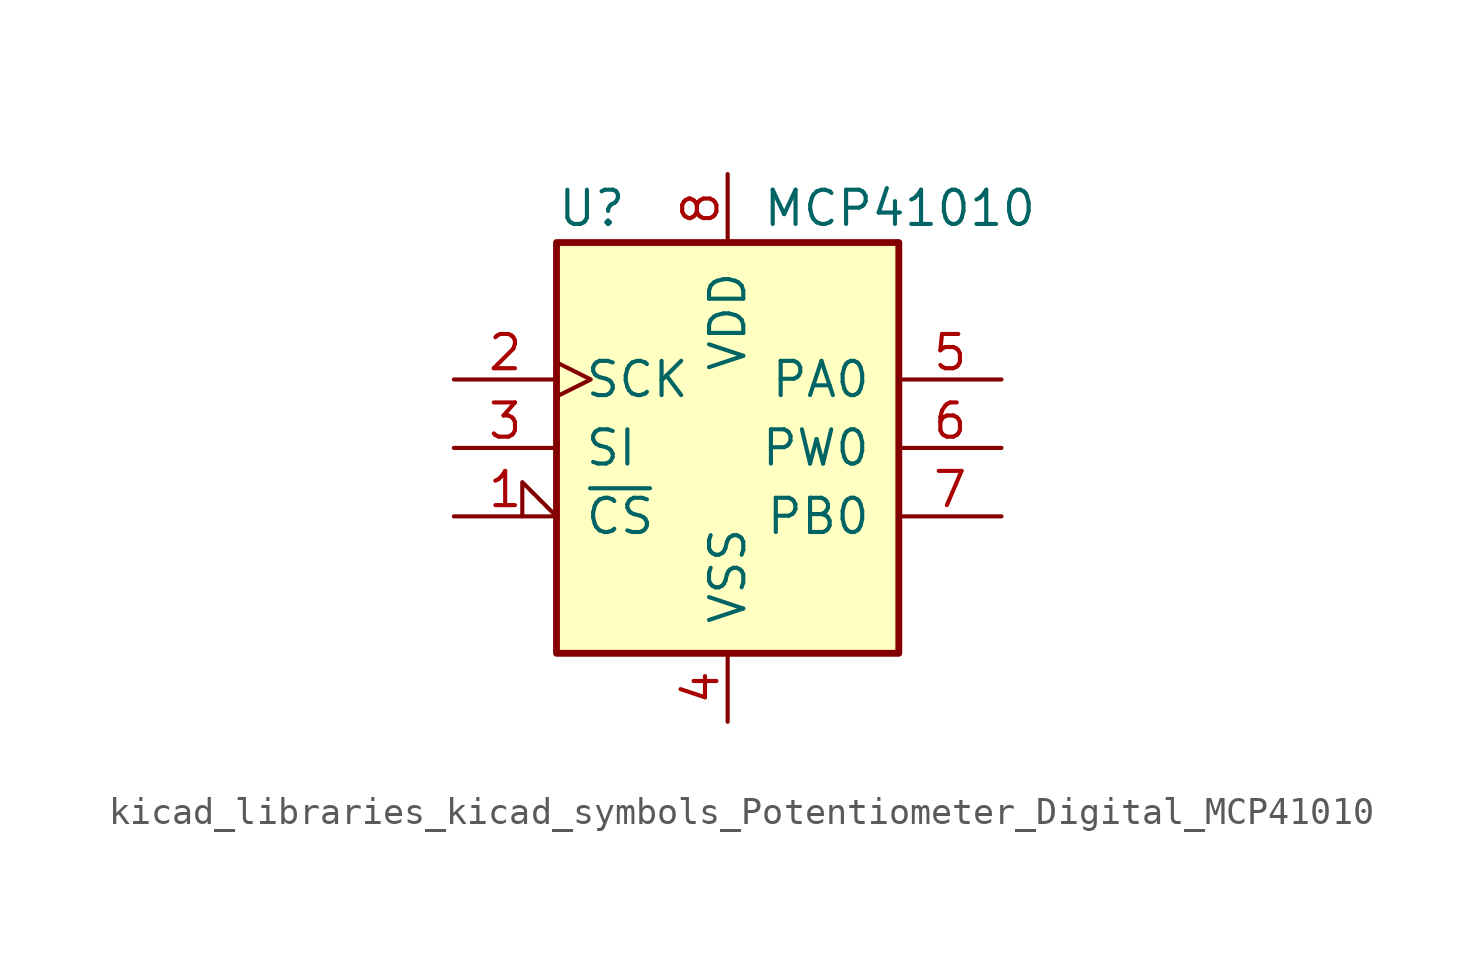
<source format=kicad_sym>
(kicad_symbol_lib
  (version 20220914)
  (generator kicad_symbol_editor)
  (symbol "kicad_libraries_kicad_symbols_Potentiometer_Digital_MCP41010"
    (pin_names
      (offset 1.016))
    (property "Reference" "U"
      (at -6.35 8.89 0)
      (effects (font (size 1.27 1.27)) (justify left)))
    (property "Value" "MCP41010"
      (at 1.27 8.89 0)
      (effects (font (size 1.27 1.27)) (justify left)))
    (symbol "kicad_libraries_kicad_symbols_Potentiometer_Digital_MCP41010_0_1"
      (rectangle (start -6.35 7.62) (end 6.35 -7.62) (stroke (width 0.254) (type default)) (fill (type background))))
    (symbol "kicad_libraries_kicad_symbols_Potentiometer_Digital_MCP41010_1_1"
      (pin input input_low (at -10.16 -2.54 0) (length 3.81) (name "~{CS}" (effects (font (size 1.27 1.27)))) (number "1" (effects (font (size 1.27 1.27)))))
      (pin passive clock (at -10.16 2.54 0) (length 3.81) (name "SCK" (effects (font (size 1.27 1.27)))) (number "2" (effects (font (size 1.27 1.27)))))
      (pin input line (at -10.16 0 0) (length 3.81) (name "SI" (effects (font (size 1.27 1.27)))) (number "3" (effects (font (size 1.27 1.27)))))
      (pin power_in line (at 0 -10.16 90) (length 2.54) (name "VSS" (effects (font (size 1.27 1.27)))) (number "4" (effects (font (size 1.27 1.27)))))
      (pin passive line (at 10.16 2.54 180) (length 3.81) (name "PA0" (effects (font (size 1.27 1.27)))) (number "5" (effects (font (size 1.27 1.27)))))
      (pin passive line (at 10.16 0 180) (length 3.81) (name "PW0" (effects (font (size 1.27 1.27)))) (number "6" (effects (font (size 1.27 1.27)))))
      (pin passive line (at 10.16 -2.54 180) (length 3.81) (name "PB0" (effects (font (size 1.27 1.27)))) (number "7" (effects (font (size 1.27 1.27)))))
      (pin power_in line (at 0 10.16 270) (length 2.54) (name "VDD" (effects (font (size 1.27 1.27)))) (number "8" (effects (font (size 1.27 1.27))))))))
</source>
